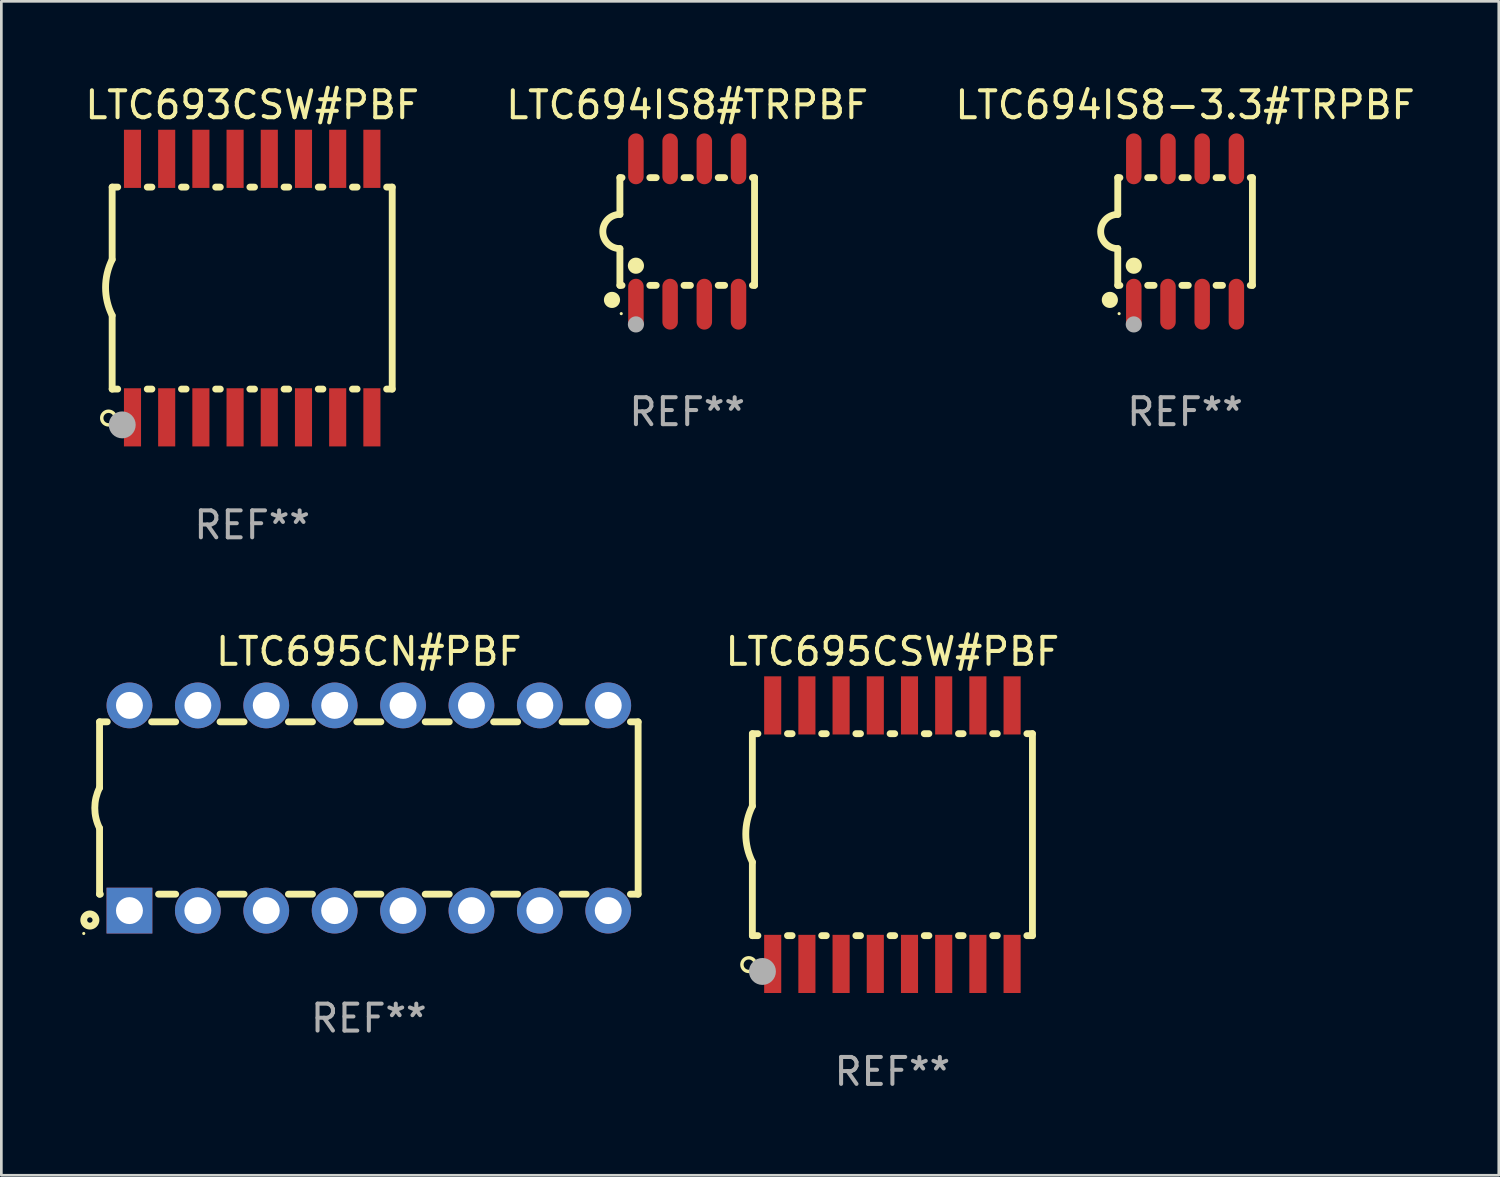
<source format=kicad_pcb>
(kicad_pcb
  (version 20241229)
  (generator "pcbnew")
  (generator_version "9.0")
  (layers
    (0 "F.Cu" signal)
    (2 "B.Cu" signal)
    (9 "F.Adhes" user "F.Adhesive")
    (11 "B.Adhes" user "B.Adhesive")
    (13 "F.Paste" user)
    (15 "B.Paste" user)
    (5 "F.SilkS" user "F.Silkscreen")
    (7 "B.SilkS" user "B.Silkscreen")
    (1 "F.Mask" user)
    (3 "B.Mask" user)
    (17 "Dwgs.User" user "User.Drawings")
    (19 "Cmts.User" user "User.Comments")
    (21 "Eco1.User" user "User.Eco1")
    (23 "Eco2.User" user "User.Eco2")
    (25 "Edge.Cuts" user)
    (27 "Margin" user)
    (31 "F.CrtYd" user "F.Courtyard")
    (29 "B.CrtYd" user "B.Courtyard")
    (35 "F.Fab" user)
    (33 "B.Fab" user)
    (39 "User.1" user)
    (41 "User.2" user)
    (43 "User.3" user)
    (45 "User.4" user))
  (footprint "LTC693CSW#PBF"
    (layer "F.Cu")
    (at 6.315 7.648)
    (property "Reference" "LTC693CSW#PBF" (at 0 -6.8 0) (layer "F.SilkS") (effects (font (size 1 1) (thickness 0.15))))
    (attr through_hole)
    (fp_line (start -5.2 -3.75) (end -5.2 -1.06) (stroke (width 0.254) (type solid)) (layer "F.SilkS"))
    (fp_line (start -5.2 -3.75) (end -4.994 -3.75) (stroke (width 0.254) (type solid)) (layer "F.SilkS"))
    (fp_line (start -5.2 3.75) (end -5.2 1.016) (stroke (width 0.254) (type solid)) (layer "F.SilkS"))
    (fp_line (start -5.2 3.75) (end -4.994 3.75) (stroke (width 0.254) (type solid)) (layer "F.SilkS"))
    (fp_line (start -3.896 -3.75) (end -3.724 -3.75) (stroke (width 0.254) (type solid)) (layer "F.SilkS"))
    (fp_line (start -3.896 3.75) (end -3.724 3.75) (stroke (width 0.254) (type solid)) (layer "F.SilkS"))
    (fp_line (start -2.626 -3.75) (end -2.454 -3.75) (stroke (width 0.254) (type solid)) (layer "F.SilkS"))
    (fp_line (start -2.626 3.75) (end -2.454 3.75) (stroke (width 0.254) (type solid)) (layer "F.SilkS"))
    (fp_line (start -1.356 -3.75) (end -1.184 -3.75) (stroke (width 0.254) (type solid)) (layer "F.SilkS"))
    (fp_line (start -1.356 3.75) (end -1.184 3.75) (stroke (width 0.254) (type solid)) (layer "F.SilkS"))
    (fp_line (start -0.086 -3.75) (end 0.086 -3.75) (stroke (width 0.254) (type solid)) (layer "F.SilkS"))
    (fp_line (start -0.086 3.75) (end 0.086 3.75) (stroke (width 0.254) (type solid)) (layer "F.SilkS"))
    (fp_line (start 1.184 -3.75) (end 1.356 -3.75) (stroke (width 0.254) (type solid)) (layer "F.SilkS"))
    (fp_line (start 1.184 3.75) (end 1.356 3.75) (stroke (width 0.254) (type solid)) (layer "F.SilkS"))
    (fp_line (start 2.454 -3.75) (end 2.626 -3.75) (stroke (width 0.254) (type solid)) (layer "F.SilkS"))
    (fp_line (start 2.454 3.75) (end 2.626 3.75) (stroke (width 0.254) (type solid)) (layer "F.SilkS"))
    (fp_line (start 3.724 -3.75) (end 3.896 -3.75) (stroke (width 0.254) (type solid)) (layer "F.SilkS"))
    (fp_line (start 3.724 3.75) (end 3.896 3.75) (stroke (width 0.254) (type solid)) (layer "F.SilkS"))
    (fp_line (start 4.994 -3.75) (end 5.2 -3.75) (stroke (width 0.254) (type solid)) (layer "F.SilkS"))
    (fp_line (start 4.994 3.75) (end 5.2 3.75) (stroke (width 0.254) (type solid)) (layer "F.SilkS"))
    (fp_line (start 5.2 3.75) (end 5.2 -3.75) (stroke (width 0.254) (type solid)) (layer "F.SilkS"))
    (fp_arc (start -5.199391 1.016002) (mid -5.444637 -0.021925) (end -5.2 -1.059995) (stroke (width 0.254001) (type solid)) (layer "F.SilkS"))
    (fp_circle (center -5.334 4.826) (end -5.08 4.826) (stroke (width 0.127) (type solid)) (fill no) (layer "F.SilkS"))
    (fp_circle (center -5.15 5.15) (end -5.12 5.15) (stroke (width 0.06) (type solid)) (fill no) (layer "F.SilkS"))
    (fp_circle (center -4.826 5.08) (end -4.576 5.08) (stroke (width 0.5) (type solid)) (fill no) (layer "F.Fab"))
    (fp_text user "REF**" (at 0 8.8 0) (layer "F.Fab") (effects (font (size 1 1) (thickness 0.15))))
    (pad "1" smd rect (at -4.445 4.8) (size 0.635 2.16) (layers "F.Cu" "F.Mask" "F.Paste"))
    (pad "2" smd rect (at -3.175 4.8) (size 0.635 2.16) (layers "F.Cu" "F.Mask" "F.Paste"))
    (pad "3" smd rect (at -1.905 4.8) (size 0.635 2.16) (layers "F.Cu" "F.Mask" "F.Paste"))
    (pad "4" smd rect (at -0.635 4.8) (size 0.635 2.16) (layers "F.Cu" "F.Mask" "F.Paste"))
    (pad "5" smd rect (at 0.635 4.8) (size 0.635 2.16) (layers "F.Cu" "F.Mask" "F.Paste"))
    (pad "6" smd rect (at 1.905 4.8) (size 0.635 2.16) (layers "F.Cu" "F.Mask" "F.Paste"))
    (pad "7" smd rect (at 3.175 4.8) (size 0.635 2.16) (layers "F.Cu" "F.Mask" "F.Paste"))
    (pad "8" smd rect (at 4.445 4.8) (size 0.635 2.16) (layers "F.Cu" "F.Mask" "F.Paste"))
    (pad "9" smd rect (at 4.445 -4.8) (size 0.635 2.16) (layers "F.Cu" "F.Mask" "F.Paste"))
    (pad "10" smd rect (at 3.175 -4.8) (size 0.635 2.16) (layers "F.Cu" "F.Mask" "F.Paste"))
    (pad "11" smd rect (at 1.905 -4.8) (size 0.635 2.16) (layers "F.Cu" "F.Mask" "F.Paste"))
    (pad "12" smd rect (at 0.635 -4.8) (size 0.635 2.16) (layers "F.Cu" "F.Mask" "F.Paste"))
    (pad "13" smd rect (at -0.635 -4.8) (size 0.635 2.16) (layers "F.Cu" "F.Mask" "F.Paste"))
    (pad "14" smd rect (at -1.905 -4.8) (size 0.635 2.16) (layers "F.Cu" "F.Mask" "F.Paste"))
    (pad "15" smd rect (at -3.175 -4.8) (size 0.635 2.16) (layers "F.Cu" "F.Mask" "F.Paste"))
    (pad "16" smd rect (at -4.445 -4.8) (size 0.635 2.16) (layers "F.Cu" "F.Mask" "F.Paste")))
  (footprint "LTC695CSW#PBF"
    (layer "F.Cu")
    (at 30.089 27.945)
    (property "Reference" "LTC695CSW#PBF" (at 0 -6.8 0) (layer "F.SilkS") (effects (font (size 1 1) (thickness 0.15))))
    (attr through_hole)
    (fp_line (start -5.2 -3.75) (end -5.2 -1.06) (stroke (width 0.254) (type solid)) (layer "F.SilkS"))
    (fp_line (start -5.2 -3.75) (end -4.994 -3.75) (stroke (width 0.254) (type solid)) (layer "F.SilkS"))
    (fp_line (start -5.2 3.75) (end -5.2 1.016) (stroke (width 0.254) (type solid)) (layer "F.SilkS"))
    (fp_line (start -5.2 3.75) (end -4.994 3.75) (stroke (width 0.254) (type solid)) (layer "F.SilkS"))
    (fp_line (start -3.896 -3.75) (end -3.724 -3.75) (stroke (width 0.254) (type solid)) (layer "F.SilkS"))
    (fp_line (start -3.896 3.75) (end -3.724 3.75) (stroke (width 0.254) (type solid)) (layer "F.SilkS"))
    (fp_line (start -2.626 -3.75) (end -2.454 -3.75) (stroke (width 0.254) (type solid)) (layer "F.SilkS"))
    (fp_line (start -2.626 3.75) (end -2.454 3.75) (stroke (width 0.254) (type solid)) (layer "F.SilkS"))
    (fp_line (start -1.356 -3.75) (end -1.184 -3.75) (stroke (width 0.254) (type solid)) (layer "F.SilkS"))
    (fp_line (start -1.356 3.75) (end -1.184 3.75) (stroke (width 0.254) (type solid)) (layer "F.SilkS"))
    (fp_line (start -0.086 -3.75) (end 0.086 -3.75) (stroke (width 0.254) (type solid)) (layer "F.SilkS"))
    (fp_line (start -0.086 3.75) (end 0.086 3.75) (stroke (width 0.254) (type solid)) (layer "F.SilkS"))
    (fp_line (start 1.184 -3.75) (end 1.356 -3.75) (stroke (width 0.254) (type solid)) (layer "F.SilkS"))
    (fp_line (start 1.184 3.75) (end 1.356 3.75) (stroke (width 0.254) (type solid)) (layer "F.SilkS"))
    (fp_line (start 2.454 -3.75) (end 2.626 -3.75) (stroke (width 0.254) (type solid)) (layer "F.SilkS"))
    (fp_line (start 2.454 3.75) (end 2.626 3.75) (stroke (width 0.254) (type solid)) (layer "F.SilkS"))
    (fp_line (start 3.724 -3.75) (end 3.896 -3.75) (stroke (width 0.254) (type solid)) (layer "F.SilkS"))
    (fp_line (start 3.724 3.75) (end 3.896 3.75) (stroke (width 0.254) (type solid)) (layer "F.SilkS"))
    (fp_line (start 4.994 -3.75) (end 5.2 -3.75) (stroke (width 0.254) (type solid)) (layer "F.SilkS"))
    (fp_line (start 4.994 3.75) (end 5.2 3.75) (stroke (width 0.254) (type solid)) (layer "F.SilkS"))
    (fp_line (start 5.2 3.75) (end 5.2 -3.75) (stroke (width 0.254) (type solid)) (layer "F.SilkS"))
    (fp_arc (start -5.199391 1.016002) (mid -5.444637 -0.021925) (end -5.2 -1.059995) (stroke (width 0.254001) (type solid)) (layer "F.SilkS"))
    (fp_circle (center -5.334 4.826) (end -5.08 4.826) (stroke (width 0.127) (type solid)) (fill no) (layer "F.SilkS"))
    (fp_circle (center -5.15 5.15) (end -5.12 5.15) (stroke (width 0.06) (type solid)) (fill no) (layer "F.SilkS"))
    (fp_circle (center -4.826 5.08) (end -4.576 5.08) (stroke (width 0.5) (type solid)) (fill no) (layer "F.Fab"))
    (fp_text user "REF**" (at 0 8.8 0) (layer "F.Fab") (effects (font (size 1 1) (thickness 0.15))))
    (pad "1" smd rect (at -4.445 4.8) (size 0.635 2.16) (layers "F.Cu" "F.Mask" "F.Paste"))
    (pad "2" smd rect (at -3.175 4.8) (size 0.635 2.16) (layers "F.Cu" "F.Mask" "F.Paste"))
    (pad "3" smd rect (at -1.905 4.8) (size 0.635 2.16) (layers "F.Cu" "F.Mask" "F.Paste"))
    (pad "4" smd rect (at -0.635 4.8) (size 0.635 2.16) (layers "F.Cu" "F.Mask" "F.Paste"))
    (pad "5" smd rect (at 0.635 4.8) (size 0.635 2.16) (layers "F.Cu" "F.Mask" "F.Paste"))
    (pad "6" smd rect (at 1.905 4.8) (size 0.635 2.16) (layers "F.Cu" "F.Mask" "F.Paste"))
    (pad "7" smd rect (at 3.175 4.8) (size 0.635 2.16) (layers "F.Cu" "F.Mask" "F.Paste"))
    (pad "8" smd rect (at 4.445 4.8) (size 0.635 2.16) (layers "F.Cu" "F.Mask" "F.Paste"))
    (pad "9" smd rect (at 4.445 -4.8) (size 0.635 2.16) (layers "F.Cu" "F.Mask" "F.Paste"))
    (pad "10" smd rect (at 3.175 -4.8) (size 0.635 2.16) (layers "F.Cu" "F.Mask" "F.Paste"))
    (pad "11" smd rect (at 1.905 -4.8) (size 0.635 2.16) (layers "F.Cu" "F.Mask" "F.Paste"))
    (pad "12" smd rect (at 0.635 -4.8) (size 0.635 2.16) (layers "F.Cu" "F.Mask" "F.Paste"))
    (pad "13" smd rect (at -0.635 -4.8) (size 0.635 2.16) (layers "F.Cu" "F.Mask" "F.Paste"))
    (pad "14" smd rect (at -1.905 -4.8) (size 0.635 2.16) (layers "F.Cu" "F.Mask" "F.Paste"))
    (pad "15" smd rect (at -3.175 -4.8) (size 0.635 2.16) (layers "F.Cu" "F.Mask" "F.Paste"))
    (pad "16" smd rect (at -4.445 -4.8) (size 0.635 2.16) (layers "F.Cu" "F.Mask" "F.Paste")))
  (footprint "LTC695CN#PBF"
    (layer "F.Cu")
    (at 10.647 26.955)
    (property "Reference" "LTC695CN#PBF" (at 0 -5.81 0) (layer "F.SilkS") (effects (font (size 1 1) (thickness 0.15))))
    (attr through_hole)
    (fp_line (start -10 -3.2) (end -10 -0.75) (stroke (width 0.254) (type solid)) (layer "F.SilkS"))
    (fp_line (start -10 -3.2) (end -9.713 -3.2) (stroke (width 0.254) (type solid)) (layer "F.SilkS"))
    (fp_line (start -10 3.2) (end -10 0.75) (stroke (width 0.254) (type solid)) (layer "F.SilkS"))
    (fp_line (start -10 3.2) (end -9.971 3.2) (stroke (width 0.254) (type solid)) (layer "F.SilkS"))
    (fp_line (start -8.067 -3.2) (end -7.173 -3.2) (stroke (width 0.254) (type solid)) (layer "F.SilkS"))
    (fp_line (start -7.809 3.2) (end -7.173 3.2) (stroke (width 0.254) (type solid)) (layer "F.SilkS"))
    (fp_line (start -5.527 3.2) (end -4.633 3.2) (stroke (width 0.254) (type solid)) (layer "F.SilkS"))
    (fp_line (start -5.527 -3.2) (end -4.633 -3.2) (stroke (width 0.254) (type solid)) (layer "F.SilkS"))
    (fp_line (start -2.987 3.2) (end -2.093 3.2) (stroke (width 0.254) (type solid)) (layer "F.SilkS"))
    (fp_line (start -2.987 -3.2) (end -2.093 -3.2) (stroke (width 0.254) (type solid)) (layer "F.SilkS"))
    (fp_line (start -0.447 3.2) (end 0.447 3.2) (stroke (width 0.254) (type solid)) (layer "F.SilkS"))
    (fp_line (start -0.447 -3.2) (end 0.447 -3.2) (stroke (width 0.254) (type solid)) (layer "F.SilkS"))
    (fp_line (start 2.093 3.2) (end 2.987 3.2) (stroke (width 0.254) (type solid)) (layer "F.SilkS"))
    (fp_line (start 2.093 -3.2) (end 2.987 -3.2) (stroke (width 0.254) (type solid)) (layer "F.SilkS"))
    (fp_line (start 4.633 3.2) (end 5.527 3.2) (stroke (width 0.254) (type solid)) (layer "F.SilkS"))
    (fp_line (start 4.633 -3.2) (end 5.527 -3.2) (stroke (width 0.254) (type solid)) (layer "F.SilkS"))
    (fp_line (start 7.173 3.2) (end 8.067 3.2) (stroke (width 0.254) (type solid)) (layer "F.SilkS"))
    (fp_line (start 7.173 -3.2) (end 8.067 -3.2) (stroke (width 0.254) (type solid)) (layer "F.SilkS"))
    (fp_line (start 9.713 3.2) (end 10 3.2) (stroke (width 0.254) (type solid)) (layer "F.SilkS"))
    (fp_line (start 9.713 -3.2) (end 10 -3.2) (stroke (width 0.254) (type solid)) (layer "F.SilkS"))
    (fp_line (start 10 -3.2) (end 10 3.2) (stroke (width 0.254) (type solid)) (layer "F.SilkS"))
    (fp_arc (start -10 0.748793) (mid -10.176918 -0.000607) (end -10.000025 -0.750013) (stroke (width 0.254001) (type solid)) (layer "F.SilkS"))
    (fp_circle (center -10.587 4.66) (end -10.557 4.66) (stroke (width 0.06) (type solid)) (fill no) (layer "F.SilkS"))
    (fp_circle (center -10.36 4.16) (end -10.26 4.16) (stroke (width 0.254) (type solid)) (fill no) (layer "F.SilkS"))
    (fp_text user "REF**" (at 0 7.81 0) (layer "F.Fab") (effects (font (size 1 1) (thickness 0.15))))
    (pad "1" thru_hole rect (at -8.89 3.81 90) (size 1.7 1.7) (drill 1) (layers "*.Cu" "*.Mask"))
    (pad "2" thru_hole circle (at -6.35 3.81) (size 1.7 1.7) (drill 1) (layers "*.Cu" "*.Mask"))
    (pad "3" thru_hole circle (at -3.81 3.81) (size 1.7 1.7) (drill 1) (layers "*.Cu" "*.Mask"))
    (pad "4" thru_hole circle (at -1.27 3.81) (size 1.7 1.7) (drill 1) (layers "*.Cu" "*.Mask"))
    (pad "5" thru_hole circle (at 1.27 3.81) (size 1.7 1.7) (drill 1) (layers "*.Cu" "*.Mask"))
    (pad "6" thru_hole circle (at 3.81 3.81) (size 1.7 1.7) (drill 1) (layers "*.Cu" "*.Mask"))
    (pad "7" thru_hole circle (at 6.35 3.81) (size 1.7 1.7) (drill 1) (layers "*.Cu" "*.Mask"))
    (pad "8" thru_hole circle (at 8.89 3.81) (size 1.7 1.7) (drill 1) (layers "*.Cu" "*.Mask"))
    (pad "9" thru_hole circle (at 8.89 -3.81) (size 1.7 1.7) (drill 1) (layers "*.Cu" "*.Mask"))
    (pad "10" thru_hole circle (at 6.35 -3.81) (size 1.7 1.7) (drill 1) (layers "*.Cu" "*.Mask"))
    (pad "11" thru_hole circle (at 3.81 -3.81) (size 1.7 1.7) (drill 1) (layers "*.Cu" "*.Mask"))
    (pad "12" thru_hole circle (at 1.27 -3.81) (size 1.7 1.7) (drill 1) (layers "*.Cu" "*.Mask"))
    (pad "13" thru_hole circle (at -1.27 -3.81) (size 1.7 1.7) (drill 1) (layers "*.Cu" "*.Mask"))
    (pad "14" thru_hole circle (at -3.81 -3.81) (size 1.7 1.7) (drill 1) (layers "*.Cu" "*.Mask"))
    (pad "15" thru_hole circle (at -6.35 -3.81) (size 1.7 1.7) (drill 1) (layers "*.Cu" "*.Mask"))
    (pad "16" thru_hole circle (at -8.89 -3.81) (size 1.7 1.7) (drill 1) (layers "*.Cu" "*.Mask")))
  (footprint "LTC694IS8#TRPBF"
    (layer "F.Cu")
    (at 22.47 5.547)
    (property "Reference" "LTC694IS8#TRPBF" (at 0 -4.699 0) (layer "F.SilkS") (effects (font (size 1 1) (thickness 0.15))))
    (attr through_hole)
    (fp_line (start -2.5 -2) (end -2.5 -0.635) (stroke (width 0.254) (type solid)) (layer "F.SilkS"))
    (fp_line (start -2.5 -2) (end -2.421 -2) (stroke (width 0.254) (type solid)) (layer "F.SilkS"))
    (fp_line (start -2.5 2) (end -2.5 0.635) (stroke (width 0.254) (type solid)) (layer "F.SilkS"))
    (fp_line (start -2.5 2) (end -2.421 2) (stroke (width 0.254) (type solid)) (layer "F.SilkS"))
    (fp_line (start -1.389 -2) (end -1.151 -2) (stroke (width 0.254) (type solid)) (layer "F.SilkS"))
    (fp_line (start -1.389 2) (end -1.151 2) (stroke (width 0.254) (type solid)) (layer "F.SilkS"))
    (fp_line (start -0.119 -2) (end 0.119 -2) (stroke (width 0.254) (type solid)) (layer "F.SilkS"))
    (fp_line (start -0.119 2) (end 0.119 2) (stroke (width 0.254) (type solid)) (layer "F.SilkS"))
    (fp_line (start 1.151 -2) (end 1.389 -2) (stroke (width 0.254) (type solid)) (layer "F.SilkS"))
    (fp_line (start 1.151 2) (end 1.389 2) (stroke (width 0.254) (type solid)) (layer "F.SilkS"))
    (fp_line (start 2.421 -2) (end 2.5 -2) (stroke (width 0.254) (type solid)) (layer "F.SilkS"))
    (fp_line (start 2.421 2) (end 2.5 2) (stroke (width 0.254) (type solid)) (layer "F.SilkS"))
    (fp_line (start 2.5 -2) (end 2.5 2) (stroke (width 0.254) (type solid)) (layer "F.SilkS"))
    (fp_arc (start -2.5 0.635001) (mid -3.134366 -0.000318) (end -2.499365 -0.635001) (stroke (width 0.254001) (type solid)) (layer "F.SilkS"))
    (fp_circle (center -2.794 2.54) (end -2.644 2.54) (stroke (width 0.3) (type solid)) (fill no) (layer "F.SilkS"))
    (fp_circle (center -2.45 3.05) (end -2.42 3.05) (stroke (width 0.06) (type solid)) (fill no) (layer "F.SilkS"))
    (fp_circle (center -1.905 1.27) (end -1.755 1.27) (stroke (width 0.3) (type solid)) (fill no) (layer "F.SilkS"))
    (fp_circle (center -1.905 3.45) (end -1.755 3.45) (stroke (width 0.3) (type solid)) (fill no) (layer "F.Fab"))
    (fp_text user "REF**" (at 0 6.699 0) (layer "F.Fab") (effects (font (size 1 1) (thickness 0.15))))
    (pad "1" smd oval (at -1.905 2.699) (size 0.574 1.888) (layers "F.Cu" "F.Mask" "F.Paste"))
    (pad "2" smd oval (at -0.635 2.699) (size 0.574 1.888) (layers "F.Cu" "F.Mask" "F.Paste"))
    (pad "3" smd oval (at 0.635 2.699) (size 0.574 1.888) (layers "F.Cu" "F.Mask" "F.Paste"))
    (pad "4" smd oval (at 1.905 2.699) (size 0.574 1.888) (layers "F.Cu" "F.Mask" "F.Paste"))
    (pad "5" smd oval (at 1.905 -2.699) (size 0.574 1.888) (layers "F.Cu" "F.Mask" "F.Paste"))
    (pad "6" smd oval (at 0.635 -2.699) (size 0.574 1.888) (layers "F.Cu" "F.Mask" "F.Paste"))
    (pad "7" smd oval (at -0.635 -2.699) (size 0.574 1.888) (layers "F.Cu" "F.Mask" "F.Paste"))
    (pad "8" smd oval (at -1.905 -2.699) (size 0.574 1.888) (layers "F.Cu" "F.Mask" "F.Paste")))
  (footprint "LTC694IS8-3.3#TRPBF"
    (layer "F.Cu")
    (at 40.958 5.547)
    (property "Reference" "LTC694IS8-3.3#TRPBF" (at 0 -4.699 0) (layer "F.SilkS") (effects (font (size 1 1) (thickness 0.15))))
    (attr through_hole)
    (fp_line (start -2.5 -2) (end -2.5 -0.635) (stroke (width 0.254) (type solid)) (layer "F.SilkS"))
    (fp_line (start -2.5 -2) (end -2.421 -2) (stroke (width 0.254) (type solid)) (layer "F.SilkS"))
    (fp_line (start -2.5 2) (end -2.5 0.635) (stroke (width 0.254) (type solid)) (layer "F.SilkS"))
    (fp_line (start -2.5 2) (end -2.421 2) (stroke (width 0.254) (type solid)) (layer "F.SilkS"))
    (fp_line (start -1.389 -2) (end -1.151 -2) (stroke (width 0.254) (type solid)) (layer "F.SilkS"))
    (fp_line (start -1.389 2) (end -1.151 2) (stroke (width 0.254) (type solid)) (layer "F.SilkS"))
    (fp_line (start -0.119 -2) (end 0.119 -2) (stroke (width 0.254) (type solid)) (layer "F.SilkS"))
    (fp_line (start -0.119 2) (end 0.119 2) (stroke (width 0.254) (type solid)) (layer "F.SilkS"))
    (fp_line (start 1.151 -2) (end 1.389 -2) (stroke (width 0.254) (type solid)) (layer "F.SilkS"))
    (fp_line (start 1.151 2) (end 1.389 2) (stroke (width 0.254) (type solid)) (layer "F.SilkS"))
    (fp_line (start 2.421 -2) (end 2.5 -2) (stroke (width 0.254) (type solid)) (layer "F.SilkS"))
    (fp_line (start 2.421 2) (end 2.5 2) (stroke (width 0.254) (type solid)) (layer "F.SilkS"))
    (fp_line (start 2.5 -2) (end 2.5 2) (stroke (width 0.254) (type solid)) (layer "F.SilkS"))
    (fp_arc (start -2.5 0.635001) (mid -3.134366 -0.000318) (end -2.499365 -0.635001) (stroke (width 0.254001) (type solid)) (layer "F.SilkS"))
    (fp_circle (center -2.794 2.54) (end -2.644 2.54) (stroke (width 0.3) (type solid)) (fill no) (layer "F.SilkS"))
    (fp_circle (center -2.45 3.05) (end -2.42 3.05) (stroke (width 0.06) (type solid)) (fill no) (layer "F.SilkS"))
    (fp_circle (center -1.905 1.27) (end -1.755 1.27) (stroke (width 0.3) (type solid)) (fill no) (layer "F.SilkS"))
    (fp_circle (center -1.905 3.45) (end -1.755 3.45) (stroke (width 0.3) (type solid)) (fill no) (layer "F.Fab"))
    (fp_text user "REF**" (at 0 6.699 0) (layer "F.Fab") (effects (font (size 1 1) (thickness 0.15))))
    (pad "1" smd oval (at -1.905 2.699) (size 0.574 1.888) (layers "F.Cu" "F.Mask" "F.Paste"))
    (pad "2" smd oval (at -0.635 2.699) (size 0.574 1.888) (layers "F.Cu" "F.Mask" "F.Paste"))
    (pad "3" smd oval (at 0.635 2.699) (size 0.574 1.888) (layers "F.Cu" "F.Mask" "F.Paste"))
    (pad "4" smd oval (at 1.905 2.699) (size 0.574 1.888) (layers "F.Cu" "F.Mask" "F.Paste"))
    (pad "5" smd oval (at 1.905 -2.699) (size 0.574 1.888) (layers "F.Cu" "F.Mask" "F.Paste"))
    (pad "6" smd oval (at 0.635 -2.699) (size 0.574 1.888) (layers "F.Cu" "F.Mask" "F.Paste"))
    (pad "7" smd oval (at -0.635 -2.699) (size 0.574 1.888) (layers "F.Cu" "F.Mask" "F.Paste"))
    (pad "8" smd oval (at -1.905 -2.699) (size 0.574 1.888) (layers "F.Cu" "F.Mask" "F.Paste")))
  (gr_rect
    (start -3 -3)
    (end 52.607 40.593)
    (stroke (width 0.1) (type default))
    (fill no)
    (layer "Edge.Cuts")))
</source>
